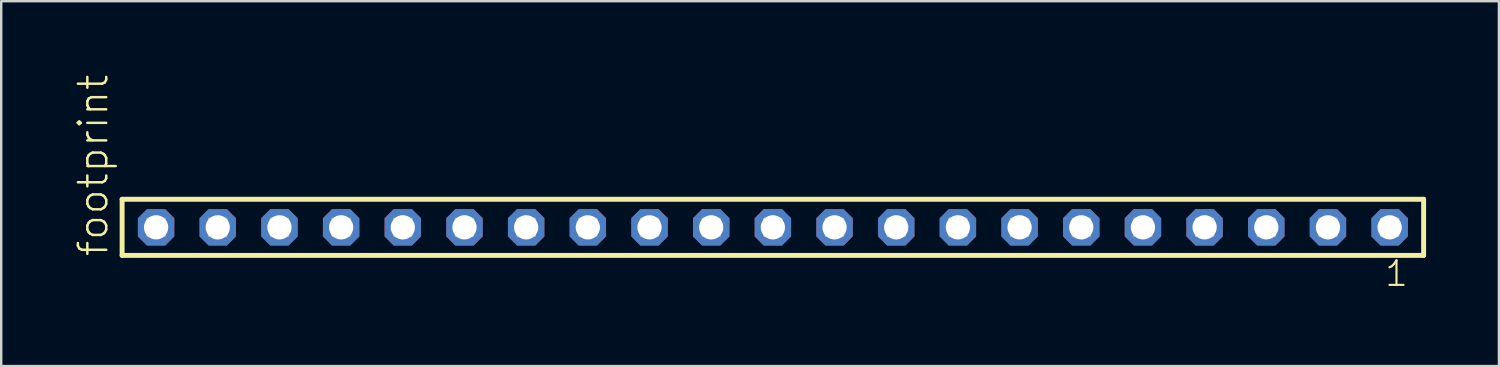
<source format=kicad_pcb>
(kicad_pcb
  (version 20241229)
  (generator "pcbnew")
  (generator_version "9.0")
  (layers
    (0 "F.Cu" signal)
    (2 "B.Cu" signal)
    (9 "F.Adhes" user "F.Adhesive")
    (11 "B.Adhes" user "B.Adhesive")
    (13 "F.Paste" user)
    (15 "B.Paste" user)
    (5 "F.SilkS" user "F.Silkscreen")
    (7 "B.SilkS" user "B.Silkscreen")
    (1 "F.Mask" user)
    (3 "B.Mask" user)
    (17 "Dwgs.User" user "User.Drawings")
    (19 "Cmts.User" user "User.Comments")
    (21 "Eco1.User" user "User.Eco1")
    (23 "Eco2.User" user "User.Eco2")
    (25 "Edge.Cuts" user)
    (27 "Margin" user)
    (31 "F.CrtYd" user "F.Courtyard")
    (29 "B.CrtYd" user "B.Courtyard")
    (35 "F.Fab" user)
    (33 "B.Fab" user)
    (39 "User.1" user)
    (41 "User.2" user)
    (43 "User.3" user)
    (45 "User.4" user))
  (footprint "footprint"
    (layer "F.Cu")
    (at 28.778 6.312)
    (property "Reference" "footprint" (at -27.305 1.27 90) (layer "F.SilkS") (effects (font (size 1.168 1.168) (thickness 0.102)) (justify left bottom)))
    (fp_line (start -26.799 -1.155) (end 26.799 -1.155) (stroke (width 0.203) (type solid)) (layer "F.SilkS"))
    (fp_line (start -26.799 1.155) (end -26.799 -1.155) (stroke (width 0.203) (type solid)) (layer "F.SilkS"))
    (fp_line (start 26.799 -1.155) (end 26.799 1.155) (stroke (width 0.203) (type solid)) (layer "F.SilkS"))
    (fp_line (start 26.799 1.155) (end -26.799 1.155) (stroke (width 0.203) (type solid)) (layer "F.SilkS"))
    (fp_poly (pts (xy -25.75 0.35) (xy -25.05 0.35) (xy -25.05 -0.35) (xy -25.75 -0.35)) (stroke (width 0.1) (type solid)) (fill no) (layer "F.Fab"))
    (fp_poly (pts (xy -23.21 0.35) (xy -22.51 0.35) (xy -22.51 -0.35) (xy -23.21 -0.35)) (stroke (width 0.1) (type solid)) (fill no) (layer "F.Fab"))
    (fp_poly (pts (xy -20.67 0.35) (xy -19.97 0.35) (xy -19.97 -0.35) (xy -20.67 -0.35)) (stroke (width 0.1) (type solid)) (fill no) (layer "F.Fab"))
    (fp_poly (pts (xy -18.13 0.35) (xy -17.43 0.35) (xy -17.43 -0.35) (xy -18.13 -0.35)) (stroke (width 0.1) (type solid)) (fill no) (layer "F.Fab"))
    (fp_poly (pts (xy -15.59 0.35) (xy -14.89 0.35) (xy -14.89 -0.35) (xy -15.59 -0.35)) (stroke (width 0.1) (type solid)) (fill no) (layer "F.Fab"))
    (fp_poly (pts (xy -13.05 0.35) (xy -12.35 0.35) (xy -12.35 -0.35) (xy -13.05 -0.35)) (stroke (width 0.1) (type solid)) (fill no) (layer "F.Fab"))
    (fp_poly (pts (xy -10.51 0.35) (xy -9.81 0.35) (xy -9.81 -0.35) (xy -10.51 -0.35)) (stroke (width 0.1) (type solid)) (fill no) (layer "F.Fab"))
    (fp_poly (pts (xy -7.97 0.35) (xy -7.27 0.35) (xy -7.27 -0.35) (xy -7.97 -0.35)) (stroke (width 0.1) (type solid)) (fill no) (layer "F.Fab"))
    (fp_poly (pts (xy -5.43 0.35) (xy -4.73 0.35) (xy -4.73 -0.35) (xy -5.43 -0.35)) (stroke (width 0.1) (type solid)) (fill no) (layer "F.Fab"))
    (fp_poly (pts (xy -2.89 0.35) (xy -2.19 0.35) (xy -2.19 -0.35) (xy -2.89 -0.35)) (stroke (width 0.1) (type solid)) (fill no) (layer "F.Fab"))
    (fp_poly (pts (xy -0.35 0.35) (xy 0.35 0.35) (xy 0.35 -0.35) (xy -0.35 -0.35)) (stroke (width 0.1) (type solid)) (fill no) (layer "F.Fab"))
    (fp_poly (pts (xy 2.19 0.35) (xy 2.89 0.35) (xy 2.89 -0.35) (xy 2.19 -0.35)) (stroke (width 0.1) (type solid)) (fill no) (layer "F.Fab"))
    (fp_poly (pts (xy 4.73 0.35) (xy 5.43 0.35) (xy 5.43 -0.35) (xy 4.73 -0.35)) (stroke (width 0.1) (type solid)) (fill no) (layer "F.Fab"))
    (fp_poly (pts (xy 7.27 0.35) (xy 7.97 0.35) (xy 7.97 -0.35) (xy 7.27 -0.35)) (stroke (width 0.1) (type solid)) (fill no) (layer "F.Fab"))
    (fp_poly (pts (xy 9.81 0.35) (xy 10.51 0.35) (xy 10.51 -0.35) (xy 9.81 -0.35)) (stroke (width 0.1) (type solid)) (fill no) (layer "F.Fab"))
    (fp_poly (pts (xy 12.35 0.35) (xy 13.05 0.35) (xy 13.05 -0.35) (xy 12.35 -0.35)) (stroke (width 0.1) (type solid)) (fill no) (layer "F.Fab"))
    (fp_poly (pts (xy 14.89 0.35) (xy 15.59 0.35) (xy 15.59 -0.35) (xy 14.89 -0.35)) (stroke (width 0.1) (type solid)) (fill no) (layer "F.Fab"))
    (fp_poly (pts (xy 17.43 0.35) (xy 18.13 0.35) (xy 18.13 -0.35) (xy 17.43 -0.35)) (stroke (width 0.1) (type solid)) (fill no) (layer "F.Fab"))
    (fp_poly (pts (xy 19.97 0.35) (xy 20.67 0.35) (xy 20.67 -0.35) (xy 19.97 -0.35)) (stroke (width 0.1) (type solid)) (fill no) (layer "F.Fab"))
    (fp_poly (pts (xy 22.51 0.35) (xy 23.21 0.35) (xy 23.21 -0.35) (xy 22.51 -0.35)) (stroke (width 0.1) (type solid)) (fill no) (layer "F.Fab"))
    (fp_poly (pts (xy 25.05 0.35) (xy 25.75 0.35) (xy 25.75 -0.35) (xy 25.05 -0.35)) (stroke (width 0.1) (type solid)) (fill no) (layer "F.Fab"))
    (fp_text user "1" (at 25.142 2.498 0) (layer "F.SilkS") (effects (font (size 1.012 1.012) (thickness 0.088)) (justify left bottom)))
    (pad "1" thru_hole roundrect (at 25.4 0 180) (size 1.5 1.5) (drill 1) (layers "*.Cu" "*.Mask") (roundrect_rratio 0.25) (chamfer_ratio 0.25) (chamfer top_left top_right bottom_left bottom_right))
    (pad "2" thru_hole roundrect (at 22.86 0 180) (size 1.5 1.5) (drill 1) (layers "*.Cu" "*.Mask") (roundrect_rratio 0.25) (chamfer_ratio 0.25) (chamfer top_left top_right bottom_left bottom_right))
    (pad "3" thru_hole roundrect (at 20.32 0 180) (size 1.5 1.5) (drill 1) (layers "*.Cu" "*.Mask") (roundrect_rratio 0.25) (chamfer_ratio 0.25) (chamfer top_left top_right bottom_left bottom_right))
    (pad "4" thru_hole roundrect (at 17.78 0 180) (size 1.5 1.5) (drill 1) (layers "*.Cu" "*.Mask") (roundrect_rratio 0.25) (chamfer_ratio 0.25) (chamfer top_left top_right bottom_left bottom_right))
    (pad "5" thru_hole roundrect (at 15.24 0 180) (size 1.5 1.5) (drill 1) (layers "*.Cu" "*.Mask") (roundrect_rratio 0.25) (chamfer_ratio 0.25) (chamfer top_left top_right bottom_left bottom_right))
    (pad "6" thru_hole roundrect (at 12.7 0 180) (size 1.5 1.5) (drill 1) (layers "*.Cu" "*.Mask") (roundrect_rratio 0.25) (chamfer_ratio 0.25) (chamfer top_left top_right bottom_left bottom_right))
    (pad "7" thru_hole roundrect (at 10.16 0 180) (size 1.5 1.5) (drill 1) (layers "*.Cu" "*.Mask") (roundrect_rratio 0.25) (chamfer_ratio 0.25) (chamfer top_left top_right bottom_left bottom_right))
    (pad "8" thru_hole roundrect (at 7.62 0 180) (size 1.5 1.5) (drill 1) (layers "*.Cu" "*.Mask") (roundrect_rratio 0.25) (chamfer_ratio 0.25) (chamfer top_left top_right bottom_left bottom_right))
    (pad "9" thru_hole roundrect (at 5.08 0 180) (size 1.5 1.5) (drill 1) (layers "*.Cu" "*.Mask") (roundrect_rratio 0.25) (chamfer_ratio 0.25) (chamfer top_left top_right bottom_left bottom_right))
    (pad "10" thru_hole roundrect (at 2.54 0 180) (size 1.5 1.5) (drill 1) (layers "*.Cu" "*.Mask") (roundrect_rratio 0.25) (chamfer_ratio 0.25) (chamfer top_left top_right bottom_left bottom_right))
    (pad "11" thru_hole roundrect (at 0 0 180) (size 1.5 1.5) (drill 1) (layers "*.Cu" "*.Mask") (roundrect_rratio 0.25) (chamfer_ratio 0.25) (chamfer top_left top_right bottom_left bottom_right))
    (pad "12" thru_hole roundrect (at -2.54 0 180) (size 1.5 1.5) (drill 1) (layers "*.Cu" "*.Mask") (roundrect_rratio 0.25) (chamfer_ratio 0.25) (chamfer top_left top_right bottom_left bottom_right))
    (pad "13" thru_hole roundrect (at -5.08 0 180) (size 1.5 1.5) (drill 1) (layers "*.Cu" "*.Mask") (roundrect_rratio 0.25) (chamfer_ratio 0.25) (chamfer top_left top_right bottom_left bottom_right))
    (pad "14" thru_hole roundrect (at -7.62 0 180) (size 1.5 1.5) (drill 1) (layers "*.Cu" "*.Mask") (roundrect_rratio 0.25) (chamfer_ratio 0.25) (chamfer top_left top_right bottom_left bottom_right))
    (pad "15" thru_hole roundrect (at -10.16 0 180) (size 1.5 1.5) (drill 1) (layers "*.Cu" "*.Mask") (roundrect_rratio 0.25) (chamfer_ratio 0.25) (chamfer top_left top_right bottom_left bottom_right))
    (pad "16" thru_hole roundrect (at -12.7 0 180) (size 1.5 1.5) (drill 1) (layers "*.Cu" "*.Mask") (roundrect_rratio 0.25) (chamfer_ratio 0.25) (chamfer top_left top_right bottom_left bottom_right))
    (pad "17" thru_hole roundrect (at -15.24 0 180) (size 1.5 1.5) (drill 1) (layers "*.Cu" "*.Mask") (roundrect_rratio 0.25) (chamfer_ratio 0.25) (chamfer top_left top_right bottom_left bottom_right))
    (pad "18" thru_hole roundrect (at -17.78 0 180) (size 1.5 1.5) (drill 1) (layers "*.Cu" "*.Mask") (roundrect_rratio 0.25) (chamfer_ratio 0.25) (chamfer top_left top_right bottom_left bottom_right))
    (pad "19" thru_hole roundrect (at -20.32 0 180) (size 1.5 1.5) (drill 1) (layers "*.Cu" "*.Mask") (roundrect_rratio 0.25) (chamfer_ratio 0.25) (chamfer top_left top_right bottom_left bottom_right))
    (pad "20" thru_hole roundrect (at -22.86 0 180) (size 1.5 1.5) (drill 1) (layers "*.Cu" "*.Mask") (roundrect_rratio 0.25) (chamfer_ratio 0.25) (chamfer top_left top_right bottom_left bottom_right))
    (pad "21" thru_hole roundrect (at -25.4 0 180) (size 1.5 1.5) (drill 1) (layers "*.Cu" "*.Mask") (roundrect_rratio 0.25) (chamfer_ratio 0.25) (chamfer top_left top_right bottom_left bottom_right)))
  (gr_rect
    (start -3 -3)
    (end 58.679 12.027)
    (stroke (width 0.1) (type default))
    (fill no)
    (layer "Edge.Cuts")))
</source>
